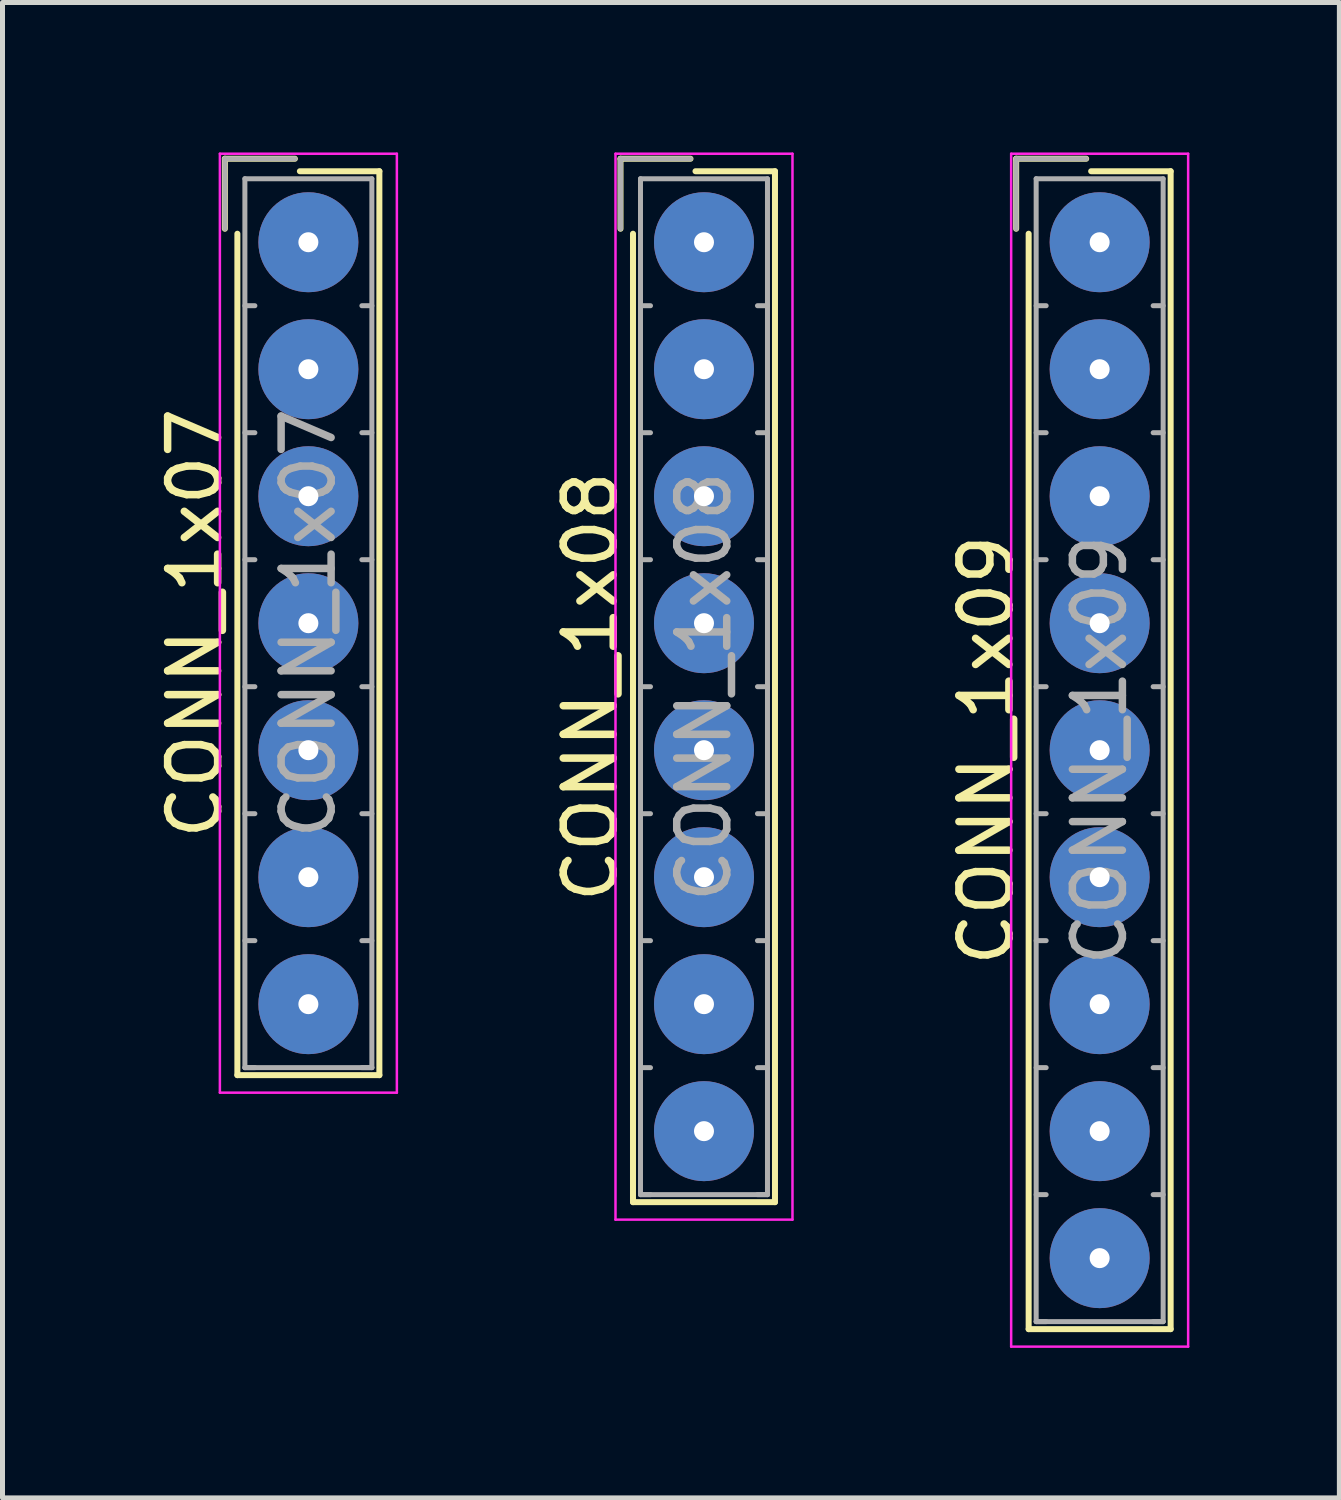
<source format=kicad_pcb>
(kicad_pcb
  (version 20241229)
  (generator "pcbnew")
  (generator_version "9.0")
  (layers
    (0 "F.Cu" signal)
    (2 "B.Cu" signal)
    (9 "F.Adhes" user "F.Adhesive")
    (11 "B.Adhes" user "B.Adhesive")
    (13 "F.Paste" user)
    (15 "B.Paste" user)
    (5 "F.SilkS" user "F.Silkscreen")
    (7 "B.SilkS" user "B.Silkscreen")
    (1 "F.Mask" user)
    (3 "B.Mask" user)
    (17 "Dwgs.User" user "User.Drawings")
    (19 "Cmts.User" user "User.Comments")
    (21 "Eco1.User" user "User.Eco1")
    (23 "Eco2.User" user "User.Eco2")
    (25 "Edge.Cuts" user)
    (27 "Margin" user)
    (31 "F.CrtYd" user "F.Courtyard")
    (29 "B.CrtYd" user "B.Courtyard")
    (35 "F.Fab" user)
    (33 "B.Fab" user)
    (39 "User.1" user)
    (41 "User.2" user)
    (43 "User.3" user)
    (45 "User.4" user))
  (footprint "CONN_1x09"
    (layer "F.Cu")
    (at 18.945 1.795)
    (property "Reference" "CONN_1x09" (at -2.27 10.16 90) (layer "F.SilkS") (effects (font (size 1 1) (thickness 0.15))))
    (attr through_hole)
    (fp_line (start -1.67 -1.67) (end -1.67 -0.27) (stroke (width 0.12) (type solid)) (layer "F.SilkS"))
    (fp_line (start -1.42 21.74) (end -1.42 -0.17) (stroke (width 0.12) (type solid)) (layer "F.SilkS"))
    (fp_line (start -0.27 -1.67) (end -1.67 -1.67) (stroke (width 0.12) (type solid)) (layer "F.SilkS"))
    (fp_line (start -0.17 -1.42) (end 1.42 -1.42) (stroke (width 0.12) (type solid)) (layer "F.SilkS"))
    (fp_line (start 1.42 -1.42) (end 1.42 21.74) (stroke (width 0.12) (type solid)) (layer "F.SilkS"))
    (fp_line (start 1.42 21.74) (end -1.42 21.74) (stroke (width 0.12) (type solid)) (layer "F.SilkS"))
    (fp_line (start -1.77 -1.77) (end -1.77 22.09) (stroke (width 0.05) (type solid)) (layer "F.CrtYd"))
    (fp_line (start -1.77 22.09) (end 1.77 22.09) (stroke (width 0.05) (type solid)) (layer "F.CrtYd"))
    (fp_line (start 1.77 -1.77) (end -1.77 -1.77) (stroke (width 0.05) (type solid)) (layer "F.CrtYd"))
    (fp_line (start 1.77 22.09) (end 1.77 -1.77) (stroke (width 0.05) (type solid)) (layer "F.CrtYd"))
    (fp_line (start -1.67 -1.67) (end -1.67 -0.27) (stroke (width 0.1) (type solid)) (layer "F.Fab"))
    (fp_line (start -1.27 -1.27) (end -1.27 21.59) (stroke (width 0.1) (type solid)) (layer "F.Fab"))
    (fp_line (start -1.27 1.27) (end -1.07 1.27) (stroke (width 0.1) (type solid)) (layer "F.Fab"))
    (fp_line (start -1.27 3.81) (end -1.07 3.81) (stroke (width 0.1) (type solid)) (layer "F.Fab"))
    (fp_line (start -1.27 6.35) (end -1.07 6.35) (stroke (width 0.1) (type solid)) (layer "F.Fab"))
    (fp_line (start -1.27 8.89) (end -1.07 8.89) (stroke (width 0.1) (type solid)) (layer "F.Fab"))
    (fp_line (start -1.27 11.43) (end -1.07 11.43) (stroke (width 0.1) (type solid)) (layer "F.Fab"))
    (fp_line (start -1.27 13.97) (end -1.07 13.97) (stroke (width 0.1) (type solid)) (layer "F.Fab"))
    (fp_line (start -1.27 16.51) (end -1.07 16.51) (stroke (width 0.1) (type solid)) (layer "F.Fab"))
    (fp_line (start -1.27 19.05) (end -1.07 19.05) (stroke (width 0.1) (type solid)) (layer "F.Fab"))
    (fp_line (start -1.27 21.59) (end -1.07 21.59) (stroke (width 0.1) (type solid)) (layer "F.Fab"))
    (fp_line (start -1.27 21.59) (end 1.27 21.59) (stroke (width 0.1) (type solid)) (layer "F.Fab"))
    (fp_line (start -0.27 -1.67) (end -1.67 -1.67) (stroke (width 0.1) (type solid)) (layer "F.Fab"))
    (fp_line (start 1.27 -1.27) (end -1.27 -1.27) (stroke (width 0.1) (type solid)) (layer "F.Fab"))
    (fp_line (start 1.27 1.27) (end 1.07 1.27) (stroke (width 0.1) (type solid)) (layer "F.Fab"))
    (fp_line (start 1.27 3.81) (end 1.07 3.81) (stroke (width 0.1) (type solid)) (layer "F.Fab"))
    (fp_line (start 1.27 6.35) (end 1.07 6.35) (stroke (width 0.1) (type solid)) (layer "F.Fab"))
    (fp_line (start 1.27 8.89) (end 1.07 8.89) (stroke (width 0.1) (type solid)) (layer "F.Fab"))
    (fp_line (start 1.27 11.43) (end 1.07 11.43) (stroke (width 0.1) (type solid)) (layer "F.Fab"))
    (fp_line (start 1.27 13.97) (end 1.07 13.97) (stroke (width 0.1) (type solid)) (layer "F.Fab"))
    (fp_line (start 1.27 16.51) (end 1.07 16.51) (stroke (width 0.1) (type solid)) (layer "F.Fab"))
    (fp_line (start 1.27 19.05) (end 1.07 19.05) (stroke (width 0.1) (type solid)) (layer "F.Fab"))
    (fp_line (start 1.27 21.59) (end 1.07 21.59) (stroke (width 0.1) (type solid)) (layer "F.Fab"))
    (fp_line (start 1.27 21.59) (end 1.27 -1.27) (stroke (width 0.1) (type solid)) (layer "F.Fab"))
    (fp_text user "${REFERENCE}" (at 0 10.16 90) (layer "F.Fab") (effects (font (size 1 1) (thickness 0.15))))
    (pad "1" thru_hole circle (at 0 0) (size 2 2) (drill 0.4) (layers "*.Cu" "*.Mask"))
    (pad "2" thru_hole circle (at 0 2.54) (size 2 2) (drill 0.4) (layers "*.Cu" "*.Mask"))
    (pad "3" thru_hole circle (at 0 5.08) (size 2 2) (drill 0.4) (layers "*.Cu" "*.Mask"))
    (pad "4" thru_hole circle (at 0 7.62) (size 2 2) (drill 0.4) (layers "*.Cu" "*.Mask"))
    (pad "5" thru_hole circle (at 0 10.16) (size 2 2) (drill 0.4) (layers "*.Cu" "*.Mask"))
    (pad "6" thru_hole circle (at 0 12.7) (size 2 2) (drill 0.4) (layers "*.Cu" "*.Mask"))
    (pad "7" thru_hole circle (at 0 15.24) (size 2 2) (drill 0.4) (layers "*.Cu" "*.Mask"))
    (pad "8" thru_hole circle (at 0 17.78) (size 2 2) (drill 0.4) (layers "*.Cu" "*.Mask"))
    (pad "9" thru_hole circle (at 0 20.32) (size 2 2) (drill 0.4) (layers "*.Cu" "*.Mask")))
  (footprint "CONN_1x07"
    (layer "F.Cu")
    (at 3.118 1.795)
    (property "Reference" "CONN_1x07" (at -2.27 7.62 90) (layer "F.SilkS") (effects (font (size 1 1) (thickness 0.15))))
    (attr through_hole)
    (fp_line (start -1.67 -1.67) (end -1.67 -0.27) (stroke (width 0.12) (type solid)) (layer "F.SilkS"))
    (fp_line (start -1.42 16.66) (end -1.42 -0.17) (stroke (width 0.12) (type solid)) (layer "F.SilkS"))
    (fp_line (start -0.27 -1.67) (end -1.67 -1.67) (stroke (width 0.12) (type solid)) (layer "F.SilkS"))
    (fp_line (start -0.17 -1.42) (end 1.42 -1.42) (stroke (width 0.12) (type solid)) (layer "F.SilkS"))
    (fp_line (start 1.42 -1.42) (end 1.42 16.66) (stroke (width 0.12) (type solid)) (layer "F.SilkS"))
    (fp_line (start 1.42 16.66) (end -1.42 16.66) (stroke (width 0.12) (type solid)) (layer "F.SilkS"))
    (fp_line (start -1.77 -1.77) (end -1.77 17.01) (stroke (width 0.05) (type solid)) (layer "F.CrtYd"))
    (fp_line (start -1.77 17.01) (end 1.77 17.01) (stroke (width 0.05) (type solid)) (layer "F.CrtYd"))
    (fp_line (start 1.77 -1.77) (end -1.77 -1.77) (stroke (width 0.05) (type solid)) (layer "F.CrtYd"))
    (fp_line (start 1.77 17.01) (end 1.77 -1.77) (stroke (width 0.05) (type solid)) (layer "F.CrtYd"))
    (fp_line (start -1.67 -1.67) (end -1.67 -0.27) (stroke (width 0.1) (type solid)) (layer "F.Fab"))
    (fp_line (start -1.27 -1.27) (end -1.27 16.51) (stroke (width 0.1) (type solid)) (layer "F.Fab"))
    (fp_line (start -1.27 1.27) (end -1.07 1.27) (stroke (width 0.1) (type solid)) (layer "F.Fab"))
    (fp_line (start -1.27 3.81) (end -1.07 3.81) (stroke (width 0.1) (type solid)) (layer "F.Fab"))
    (fp_line (start -1.27 6.35) (end -1.07 6.35) (stroke (width 0.1) (type solid)) (layer "F.Fab"))
    (fp_line (start -1.27 8.89) (end -1.07 8.89) (stroke (width 0.1) (type solid)) (layer "F.Fab"))
    (fp_line (start -1.27 11.43) (end -1.07 11.43) (stroke (width 0.1) (type solid)) (layer "F.Fab"))
    (fp_line (start -1.27 13.97) (end -1.07 13.97) (stroke (width 0.1) (type solid)) (layer "F.Fab"))
    (fp_line (start -1.27 16.51) (end -1.07 16.51) (stroke (width 0.1) (type solid)) (layer "F.Fab"))
    (fp_line (start -1.27 16.51) (end 1.27 16.51) (stroke (width 0.1) (type solid)) (layer "F.Fab"))
    (fp_line (start -0.27 -1.67) (end -1.67 -1.67) (stroke (width 0.1) (type solid)) (layer "F.Fab"))
    (fp_line (start 1.27 -1.27) (end -1.27 -1.27) (stroke (width 0.1) (type solid)) (layer "F.Fab"))
    (fp_line (start 1.27 1.27) (end 1.07 1.27) (stroke (width 0.1) (type solid)) (layer "F.Fab"))
    (fp_line (start 1.27 3.81) (end 1.07 3.81) (stroke (width 0.1) (type solid)) (layer "F.Fab"))
    (fp_line (start 1.27 6.35) (end 1.07 6.35) (stroke (width 0.1) (type solid)) (layer "F.Fab"))
    (fp_line (start 1.27 8.89) (end 1.07 8.89) (stroke (width 0.1) (type solid)) (layer "F.Fab"))
    (fp_line (start 1.27 11.43) (end 1.07 11.43) (stroke (width 0.1) (type solid)) (layer "F.Fab"))
    (fp_line (start 1.27 13.97) (end 1.07 13.97) (stroke (width 0.1) (type solid)) (layer "F.Fab"))
    (fp_line (start 1.27 16.51) (end 1.07 16.51) (stroke (width 0.1) (type solid)) (layer "F.Fab"))
    (fp_line (start 1.27 16.51) (end 1.27 -1.27) (stroke (width 0.1) (type solid)) (layer "F.Fab"))
    (fp_text user "${REFERENCE}" (at 0 7.62 90) (layer "F.Fab") (effects (font (size 1 1) (thickness 0.15))))
    (pad "1" thru_hole circle (at 0 0) (size 2 2) (drill 0.4) (layers "*.Cu" "*.Mask"))
    (pad "2" thru_hole circle (at 0 2.54) (size 2 2) (drill 0.4) (layers "*.Cu" "*.Mask"))
    (pad "3" thru_hole circle (at 0 5.08) (size 2 2) (drill 0.4) (layers "*.Cu" "*.Mask"))
    (pad "4" thru_hole circle (at 0 7.62) (size 2 2) (drill 0.4) (layers "*.Cu" "*.Mask"))
    (pad "5" thru_hole circle (at 0 10.16) (size 2 2) (drill 0.4) (layers "*.Cu" "*.Mask"))
    (pad "6" thru_hole circle (at 0 12.7) (size 2 2) (drill 0.4) (layers "*.Cu" "*.Mask"))
    (pad "7" thru_hole circle (at 0 15.24) (size 2 2) (drill 0.4) (layers "*.Cu" "*.Mask")))
  (footprint "CONN_1x08"
    (layer "F.Cu")
    (at 11.031 1.795)
    (property "Reference" "CONN_1x08" (at -2.27 8.89 90) (layer "F.SilkS") (effects (font (size 1 1) (thickness 0.15))))
    (attr through_hole)
    (fp_line (start -1.67 -1.67) (end -1.67 -0.27) (stroke (width 0.12) (type solid)) (layer "F.SilkS"))
    (fp_line (start -1.42 19.2) (end -1.42 -0.17) (stroke (width 0.12) (type solid)) (layer "F.SilkS"))
    (fp_line (start -0.27 -1.67) (end -1.67 -1.67) (stroke (width 0.12) (type solid)) (layer "F.SilkS"))
    (fp_line (start -0.17 -1.42) (end 1.42 -1.42) (stroke (width 0.12) (type solid)) (layer "F.SilkS"))
    (fp_line (start 1.42 -1.42) (end 1.42 19.2) (stroke (width 0.12) (type solid)) (layer "F.SilkS"))
    (fp_line (start 1.42 19.2) (end -1.42 19.2) (stroke (width 0.12) (type solid)) (layer "F.SilkS"))
    (fp_line (start -1.77 -1.77) (end -1.77 19.55) (stroke (width 0.05) (type solid)) (layer "F.CrtYd"))
    (fp_line (start -1.77 19.55) (end 1.77 19.55) (stroke (width 0.05) (type solid)) (layer "F.CrtYd"))
    (fp_line (start 1.77 -1.77) (end -1.77 -1.77) (stroke (width 0.05) (type solid)) (layer "F.CrtYd"))
    (fp_line (start 1.77 19.55) (end 1.77 -1.77) (stroke (width 0.05) (type solid)) (layer "F.CrtYd"))
    (fp_line (start -1.67 -1.67) (end -1.67 -0.27) (stroke (width 0.1) (type solid)) (layer "F.Fab"))
    (fp_line (start -1.27 -1.27) (end -1.27 19.05) (stroke (width 0.1) (type solid)) (layer "F.Fab"))
    (fp_line (start -1.27 1.27) (end -1.07 1.27) (stroke (width 0.1) (type solid)) (layer "F.Fab"))
    (fp_line (start -1.27 3.81) (end -1.07 3.81) (stroke (width 0.1) (type solid)) (layer "F.Fab"))
    (fp_line (start -1.27 6.35) (end -1.07 6.35) (stroke (width 0.1) (type solid)) (layer "F.Fab"))
    (fp_line (start -1.27 8.89) (end -1.07 8.89) (stroke (width 0.1) (type solid)) (layer "F.Fab"))
    (fp_line (start -1.27 11.43) (end -1.07 11.43) (stroke (width 0.1) (type solid)) (layer "F.Fab"))
    (fp_line (start -1.27 13.97) (end -1.07 13.97) (stroke (width 0.1) (type solid)) (layer "F.Fab"))
    (fp_line (start -1.27 16.51) (end -1.07 16.51) (stroke (width 0.1) (type solid)) (layer "F.Fab"))
    (fp_line (start -1.27 19.05) (end -1.07 19.05) (stroke (width 0.1) (type solid)) (layer "F.Fab"))
    (fp_line (start -1.27 19.05) (end 1.27 19.05) (stroke (width 0.1) (type solid)) (layer "F.Fab"))
    (fp_line (start -0.27 -1.67) (end -1.67 -1.67) (stroke (width 0.1) (type solid)) (layer "F.Fab"))
    (fp_line (start 1.27 -1.27) (end -1.27 -1.27) (stroke (width 0.1) (type solid)) (layer "F.Fab"))
    (fp_line (start 1.27 1.27) (end 1.07 1.27) (stroke (width 0.1) (type solid)) (layer "F.Fab"))
    (fp_line (start 1.27 3.81) (end 1.07 3.81) (stroke (width 0.1) (type solid)) (layer "F.Fab"))
    (fp_line (start 1.27 6.35) (end 1.07 6.35) (stroke (width 0.1) (type solid)) (layer "F.Fab"))
    (fp_line (start 1.27 8.89) (end 1.07 8.89) (stroke (width 0.1) (type solid)) (layer "F.Fab"))
    (fp_line (start 1.27 11.43) (end 1.07 11.43) (stroke (width 0.1) (type solid)) (layer "F.Fab"))
    (fp_line (start 1.27 13.97) (end 1.07 13.97) (stroke (width 0.1) (type solid)) (layer "F.Fab"))
    (fp_line (start 1.27 16.51) (end 1.07 16.51) (stroke (width 0.1) (type solid)) (layer "F.Fab"))
    (fp_line (start 1.27 19.05) (end 1.07 19.05) (stroke (width 0.1) (type solid)) (layer "F.Fab"))
    (fp_line (start 1.27 19.05) (end 1.27 -1.27) (stroke (width 0.1) (type solid)) (layer "F.Fab"))
    (fp_text user "${REFERENCE}" (at 0 8.89 90) (layer "F.Fab") (effects (font (size 1 1) (thickness 0.15))))
    (pad "1" thru_hole circle (at 0 0) (size 2 2) (drill 0.4) (layers "*.Cu" "*.Mask"))
    (pad "2" thru_hole circle (at 0 2.54) (size 2 2) (drill 0.4) (layers "*.Cu" "*.Mask"))
    (pad "3" thru_hole circle (at 0 5.08) (size 2 2) (drill 0.4) (layers "*.Cu" "*.Mask"))
    (pad "4" thru_hole circle (at 0 7.62) (size 2 2) (drill 0.4) (layers "*.Cu" "*.Mask"))
    (pad "5" thru_hole circle (at 0 10.16) (size 2 2) (drill 0.4) (layers "*.Cu" "*.Mask"))
    (pad "6" thru_hole circle (at 0 12.7) (size 2 2) (drill 0.4) (layers "*.Cu" "*.Mask"))
    (pad "7" thru_hole circle (at 0 15.24) (size 2 2) (drill 0.4) (layers "*.Cu" "*.Mask"))
    (pad "8" thru_hole circle (at 0 17.78) (size 2 2) (drill 0.4) (layers "*.Cu" "*.Mask")))
  (gr_rect
    (start -3 -3)
    (end 23.74 26.91)
    (stroke (width 0.1) (type default))
    (fill no)
    (layer "Edge.Cuts")))
</source>
